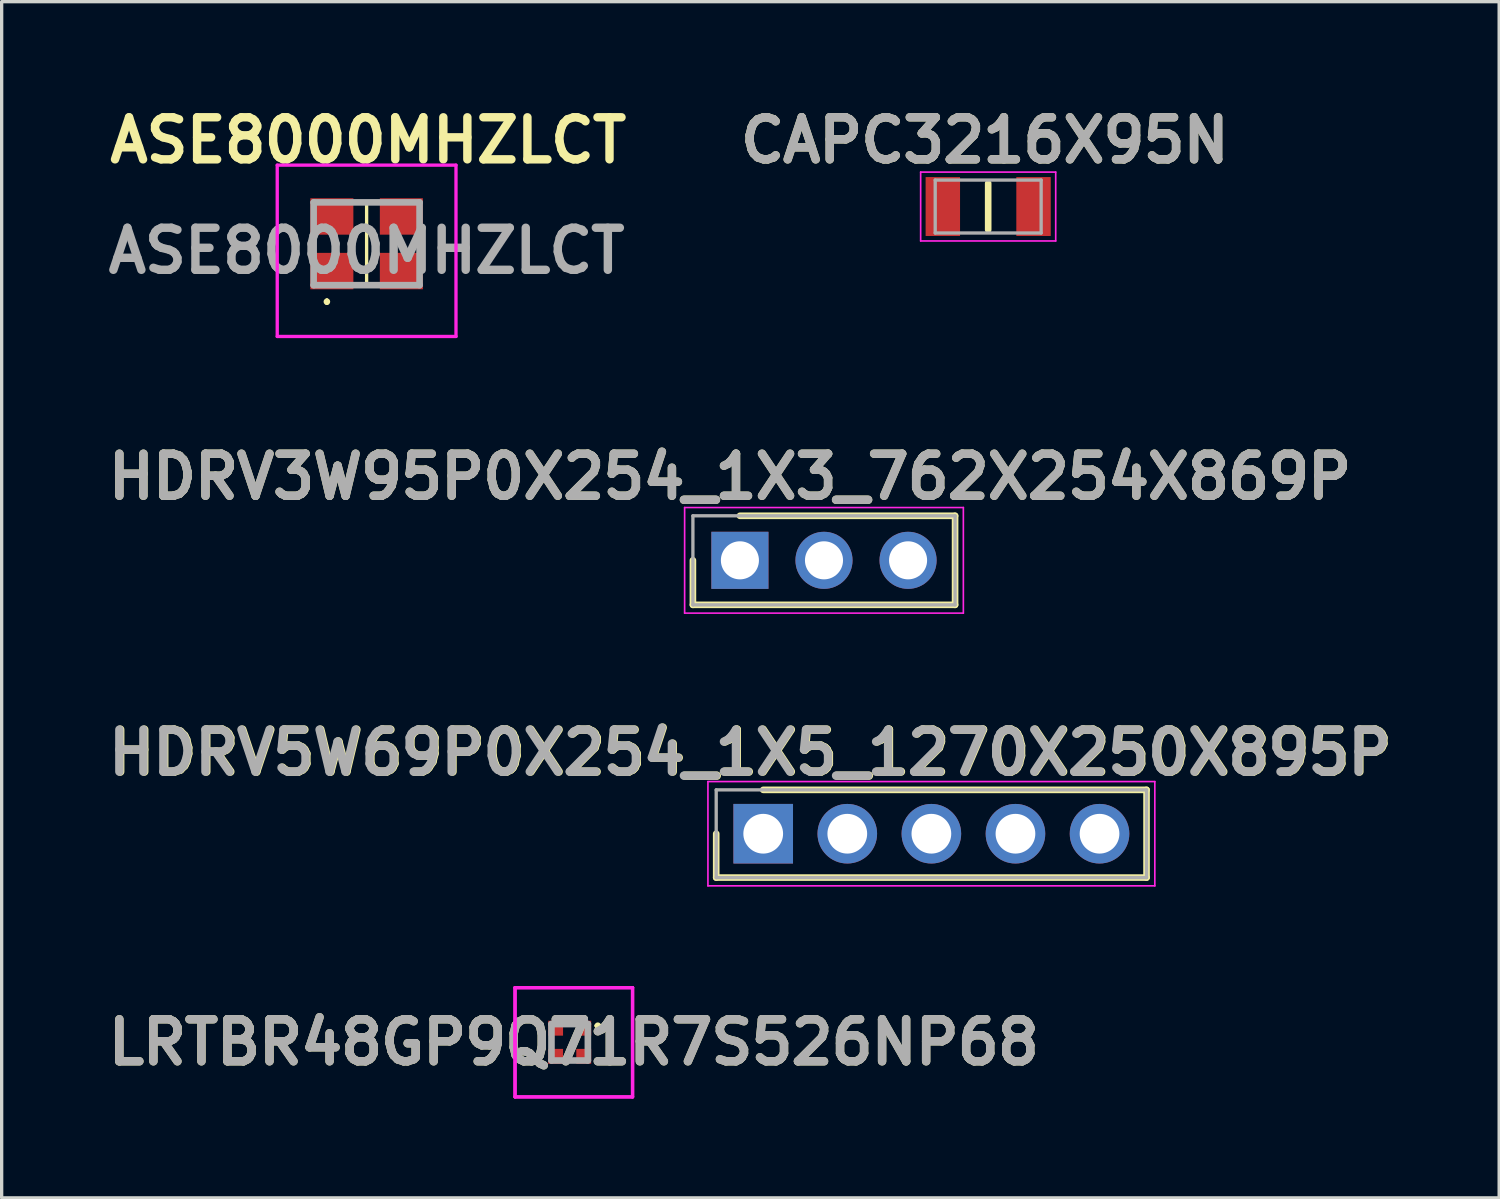
<source format=kicad_pcb>
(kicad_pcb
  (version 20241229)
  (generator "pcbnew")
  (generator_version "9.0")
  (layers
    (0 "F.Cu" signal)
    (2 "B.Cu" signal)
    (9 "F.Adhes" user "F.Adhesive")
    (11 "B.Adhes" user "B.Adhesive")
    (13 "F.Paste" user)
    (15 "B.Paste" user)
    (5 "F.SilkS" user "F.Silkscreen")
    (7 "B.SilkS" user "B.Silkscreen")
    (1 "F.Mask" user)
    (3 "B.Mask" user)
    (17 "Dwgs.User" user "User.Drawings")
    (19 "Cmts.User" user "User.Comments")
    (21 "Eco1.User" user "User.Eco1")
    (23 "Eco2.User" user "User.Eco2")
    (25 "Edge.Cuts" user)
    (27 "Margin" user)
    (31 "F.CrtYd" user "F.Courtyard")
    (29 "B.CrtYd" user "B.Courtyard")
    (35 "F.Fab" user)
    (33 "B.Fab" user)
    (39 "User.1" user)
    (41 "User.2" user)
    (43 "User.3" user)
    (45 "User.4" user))
  (footprint "HDRV5W69P0X254_1X5_1270X250X895P"
    (layer "F.Cu")
    (at 20.006 22.136)
    (property "Reference" "HDRV5W69P0X254_1X5_1270X250X895P" (at -0.375 -2.45 0) (layer "F.SilkS") (effects (font (size 1.27 1.27) (thickness 0.254))))
    (attr through_hole)
    (fp_line (start -1.42 0) (end -1.42 1.325) (stroke (width 0.2) (type solid)) (layer "F.SilkS"))
    (fp_line (start -1.42 1.325) (end 11.58 1.325) (stroke (width 0.2) (type solid)) (layer "F.SilkS"))
    (fp_line (start 11.58 -1.325) (end 0 -1.325) (stroke (width 0.2) (type solid)) (layer "F.SilkS"))
    (fp_line (start 11.58 1.325) (end 11.58 -1.325) (stroke (width 0.2) (type solid)) (layer "F.SilkS"))
    (fp_line (start -1.67 -1.575) (end 11.83 -1.575) (stroke (width 0.05) (type solid)) (layer "F.CrtYd"))
    (fp_line (start -1.67 1.575) (end -1.67 -1.575) (stroke (width 0.05) (type solid)) (layer "F.CrtYd"))
    (fp_line (start 11.83 -1.575) (end 11.83 1.575) (stroke (width 0.05) (type solid)) (layer "F.CrtYd"))
    (fp_line (start 11.83 1.575) (end -1.67 1.575) (stroke (width 0.05) (type solid)) (layer "F.CrtYd"))
    (fp_line (start -1.42 -1.325) (end 11.58 -1.325) (stroke (width 0.1) (type solid)) (layer "F.Fab"))
    (fp_line (start -1.42 1.325) (end -1.42 -1.325) (stroke (width 0.1) (type solid)) (layer "F.Fab"))
    (fp_line (start 11.58 -1.325) (end 11.58 1.325) (stroke (width 0.1) (type solid)) (layer "F.Fab"))
    (fp_line (start 11.58 1.325) (end -1.42 1.325) (stroke (width 0.1) (type solid)) (layer "F.Fab"))
    (fp_text user "${REFERENCE}" (at -0.4 -2.45 0) (layer "F.Fab") (effects (font (size 1.27 1.27) (thickness 0.254))))
    (pad "1" thru_hole rect (at 0 0) (size 1.8 1.8) (drill 1.2) (layers "*.Cu" "*.Mask"))
    (pad "2" thru_hole circle (at 2.54 0) (size 1.8 1.8) (drill 1.2) (layers "*.Cu" "*.Mask"))
    (pad "3" thru_hole circle (at 5.08 0) (size 1.8 1.8) (drill 1.2) (layers "*.Cu" "*.Mask"))
    (pad "4" thru_hole circle (at 7.62 0) (size 1.8 1.8) (drill 1.2) (layers "*.Cu" "*.Mask"))
    (pad "5" thru_hole circle (at 10.16 0) (size 1.8 1.8) (drill 1.2) (layers "*.Cu" "*.Mask")))
  (footprint "HDRV3W95P0X254_1X3_762X254X869P"
    (layer "F.Cu")
    (at 19.302 13.877)
    (property "Reference" "HDRV3W95P0X254_1X3_762X254X869P" (at -0.3 -2.525 0) (layer "F.SilkS") (effects (font (size 1.27 1.27) (thickness 0.254))))
    (attr through_hole)
    (fp_line (start -1.42 1.345) (end -1.42 0) (stroke (width 0.2) (type solid)) (layer "F.SilkS"))
    (fp_line (start 0 -1.345) (end 6.5 -1.345) (stroke (width 0.2) (type solid)) (layer "F.SilkS"))
    (fp_line (start 6.5 -1.345) (end 6.5 1.345) (stroke (width 0.2) (type solid)) (layer "F.SilkS"))
    (fp_line (start 6.5 1.345) (end -1.42 1.345) (stroke (width 0.2) (type solid)) (layer "F.SilkS"))
    (fp_line (start -1.67 -1.595) (end 6.75 -1.595) (stroke (width 0.05) (type solid)) (layer "F.CrtYd"))
    (fp_line (start -1.67 1.595) (end -1.67 -1.595) (stroke (width 0.05) (type solid)) (layer "F.CrtYd"))
    (fp_line (start 6.75 -1.595) (end 6.75 1.595) (stroke (width 0.05) (type solid)) (layer "F.CrtYd"))
    (fp_line (start 6.75 1.595) (end -1.67 1.595) (stroke (width 0.05) (type solid)) (layer "F.CrtYd"))
    (fp_line (start -1.42 -1.345) (end 6.5 -1.345) (stroke (width 0.1) (type solid)) (layer "F.Fab"))
    (fp_line (start -1.42 1.345) (end -1.42 -1.345) (stroke (width 0.1) (type solid)) (layer "F.Fab"))
    (fp_line (start 6.5 -1.345) (end 6.5 1.345) (stroke (width 0.1) (type solid)) (layer "F.Fab"))
    (fp_line (start 6.5 1.345) (end -1.42 1.345) (stroke (width 0.1) (type solid)) (layer "F.Fab"))
    (fp_text user "${REFERENCE}" (at -0.3 -2.525 0) (layer "F.Fab") (effects (font (size 1.27 1.27) (thickness 0.254))))
    (pad "1" thru_hole rect (at 0 0) (size 1.725 1.725) (drill 1.15) (layers "*.Cu" "*.Mask"))
    (pad "2" thru_hole circle (at 2.54 0) (size 1.725 1.725) (drill 1.15) (layers "*.Cu" "*.Mask"))
    (pad "3" thru_hole circle (at 5.08 0) (size 1.725 1.725) (drill 1.15) (layers "*.Cu" "*.Mask")))
  (footprint "ASE8000MHZLCT"
    (layer "F.Cu")
    (at 8.025 4.314)
    (property "Reference" "ASE8000MHZLCT" (at 0.05 -3.125 0) (layer "F.SilkS") (effects (font (size 1.27 1.27) (thickness 0.254))))
    (attr smd)
    (fp_line (start -1.2 1.7) (end -1.2 1.7) (stroke (width 0.1) (type solid)) (layer "F.SilkS"))
    (fp_line (start -1.2 1.8) (end -1.2 1.8) (stroke (width 0.1) (type solid)) (layer "F.SilkS"))
    (fp_line (start 0 -1.25) (end 0 1.25) (stroke (width 0.1) (type solid)) (layer "F.SilkS"))
    (fp_arc (start -1.2 1.7) (mid -1.15 1.75) (end -1.2 1.8) (stroke (width 0.1) (type solid)) (layer "F.SilkS"))
    (fp_arc (start -1.2 1.8) (mid -1.25 1.75) (end -1.2 1.7) (stroke (width 0.1) (type solid)) (layer "F.SilkS"))
    (fp_line (start -2.7 -2.375) (end 2.7 -2.375) (stroke (width 0.1) (type solid)) (layer "F.CrtYd"))
    (fp_line (start -2.7 2.8) (end -2.7 -2.375) (stroke (width 0.1) (type solid)) (layer "F.CrtYd"))
    (fp_line (start 2.7 -2.375) (end 2.7 2.8) (stroke (width 0.1) (type solid)) (layer "F.CrtYd"))
    (fp_line (start 2.7 2.8) (end -2.7 2.8) (stroke (width 0.1) (type solid)) (layer "F.CrtYd"))
    (fp_line (start -1.6 -1.25) (end 1.6 -1.25) (stroke (width 0.2) (type solid)) (layer "F.Fab"))
    (fp_line (start -1.6 1.25) (end -1.6 -1.25) (stroke (width 0.2) (type solid)) (layer "F.Fab"))
    (fp_line (start 1.6 -1.25) (end 1.6 1.25) (stroke (width 0.2) (type solid)) (layer "F.Fab"))
    (fp_line (start 1.6 1.25) (end -1.6 1.25) (stroke (width 0.2) (type solid)) (layer "F.Fab"))
    (fp_text user "${REFERENCE}" (at 0 0.212 0) (layer "F.Fab") (effects (font (size 1.27 1.27) (thickness 0.254))))
    (pad "1" smd rect (at -1.05 0.825 90) (size 1.1 1.3) (layers "F.Cu" "F.Mask" "F.Paste"))
    (pad "2" smd rect (at 1.05 0.825 90) (size 1.1 1.3) (layers "F.Cu" "F.Mask" "F.Paste"))
    (pad "3" smd rect (at 1.05 -0.825 90) (size 1.1 1.3) (layers "F.Cu" "F.Mask" "F.Paste"))
    (pad "4" smd rect (at -1.05 -0.825 90) (size 1.1 1.3) (layers "F.Cu" "F.Mask" "F.Paste")))
  (footprint "CAPC3216X95N"
    (layer "F.Cu")
    (at 26.802 3.189)
    (property "Reference" "CAPC3216X95N" (at -0.1 -2 0) (layer "F.SilkS") (effects (font (size 1.27 1.27) (thickness 0.254))))
    (attr smd)
    (fp_line (start 0 -0.7) (end 0 0.7) (stroke (width 0.2) (type solid)) (layer "F.SilkS"))
    (fp_line (start -2.04 -1.04) (end 2.04 -1.04) (stroke (width 0.05) (type solid)) (layer "F.CrtYd"))
    (fp_line (start -2.04 1.04) (end -2.04 -1.04) (stroke (width 0.05) (type solid)) (layer "F.CrtYd"))
    (fp_line (start 2.04 -1.04) (end 2.04 1.04) (stroke (width 0.05) (type solid)) (layer "F.CrtYd"))
    (fp_line (start 2.04 1.04) (end -2.04 1.04) (stroke (width 0.05) (type solid)) (layer "F.CrtYd"))
    (fp_line (start -1.6 -0.8) (end 1.6 -0.8) (stroke (width 0.1) (type solid)) (layer "F.Fab"))
    (fp_line (start -1.6 0.8) (end -1.6 -0.8) (stroke (width 0.1) (type solid)) (layer "F.Fab"))
    (fp_line (start 1.6 -0.8) (end 1.6 0.8) (stroke (width 0.1) (type solid)) (layer "F.Fab"))
    (fp_line (start 1.6 0.8) (end -1.6 0.8) (stroke (width 0.1) (type solid)) (layer "F.Fab"))
    (fp_text user "${REFERENCE}" (at -0.1 -2 0) (layer "F.Fab") (effects (font (size 1.27 1.27) (thickness 0.254))))
    (pad "1" smd rect (at -1.37 0) (size 1.04 1.78) (layers "F.Cu" "F.Mask" "F.Paste"))
    (pad "2" smd rect (at 1.37 0) (size 1.04 1.78) (layers "F.Cu" "F.Mask" "F.Paste")))
  (footprint "LRTBR48GP9Q71R7S526NP68"
    (layer "F.Cu")
    (at 14.159 28.436)
    (property "Reference" "LRTBR48GP9Q71R7S526NP68" (at 0.125 0 0) (layer "F.SilkS") (effects (font (size 1.27 1.27) (thickness 0.254))))
    (attr smd)
    (fp_line (start 0.8 -0.5) (end 0.8 -0.5) (stroke (width 0.1) (type solid)) (layer "F.SilkS"))
    (fp_line (start 0.9 -0.5) (end 0.9 -0.5) (stroke (width 0.1) (type solid)) (layer "F.SilkS"))
    (fp_arc (start 0.8 -0.5) (mid 0.85 -0.55) (end 0.9 -0.5) (stroke (width 0.1) (type solid)) (layer "F.SilkS"))
    (fp_arc (start 0.9 -0.5) (mid 0.85 -0.45) (end 0.8 -0.5) (stroke (width 0.1) (type solid)) (layer "F.SilkS"))
    (fp_line (start -1.65 -1.65) (end 1.9 -1.65) (stroke (width 0.1) (type solid)) (layer "F.CrtYd"))
    (fp_line (start -1.65 -1.65) (end 1.9 -1.65) (stroke (width 0.1) (type solid)) (layer "F.CrtYd"))
    (fp_line (start -1.65 1.65) (end -1.65 -1.65) (stroke (width 0.1) (type solid)) (layer "F.CrtYd"))
    (fp_line (start -1.65 1.65) (end -1.65 -1.65) (stroke (width 0.1) (type solid)) (layer "F.CrtYd"))
    (fp_line (start 1.9 -1.65) (end 1.9 1.65) (stroke (width 0.1) (type solid)) (layer "F.CrtYd"))
    (fp_line (start 1.9 -1.65) (end 1.9 1.65) (stroke (width 0.1) (type solid)) (layer "F.CrtYd"))
    (fp_line (start 1.9 1.65) (end -1.65 1.65) (stroke (width 0.1) (type solid)) (layer "F.CrtYd"))
    (fp_line (start 1.9 1.65) (end -1.65 1.65) (stroke (width 0.1) (type solid)) (layer "F.CrtYd"))
    (fp_line (start -0.55 -0.55) (end 0.55 -0.55) (stroke (width 0.2) (type solid)) (layer "F.Fab"))
    (fp_line (start -0.55 0.55) (end -0.55 -0.55) (stroke (width 0.2) (type solid)) (layer "F.Fab"))
    (fp_line (start 0.55 -0.55) (end 0.55 0.55) (stroke (width 0.2) (type solid)) (layer "F.Fab"))
    (fp_line (start 0.55 0.55) (end -0.55 0.55) (stroke (width 0.2) (type solid)) (layer "F.Fab"))
    (fp_text user "${REFERENCE}" (at 0.125 0 0) (layer "F.Fab") (effects (font (size 1.27 1.27) (thickness 0.254))))
    (pad "1" smd rect (at 0.425 -0.425 90) (size 0.45 0.45) (layers "F.Cu" "F.Mask" "F.Paste"))
    (pad "2" smd rect (at 0.425 0.425 90) (size 0.45 0.45) (layers "F.Cu" "F.Mask" "F.Paste"))
    (pad "3" smd rect (at -0.425 0.425 90) (size 0.45 0.45) (layers "F.Cu" "F.Mask" "F.Paste"))
    (pad "4" smd rect (at -0.425 -0.425 90) (size 0.45 0.45) (layers "F.Cu" "F.Mask" "F.Paste")))
  (gr_rect
    (start -3 -3)
    (end 42.238 33.136)
    (stroke (width 0.1) (type default))
    (fill no)
    (layer "Edge.Cuts")))
</source>
